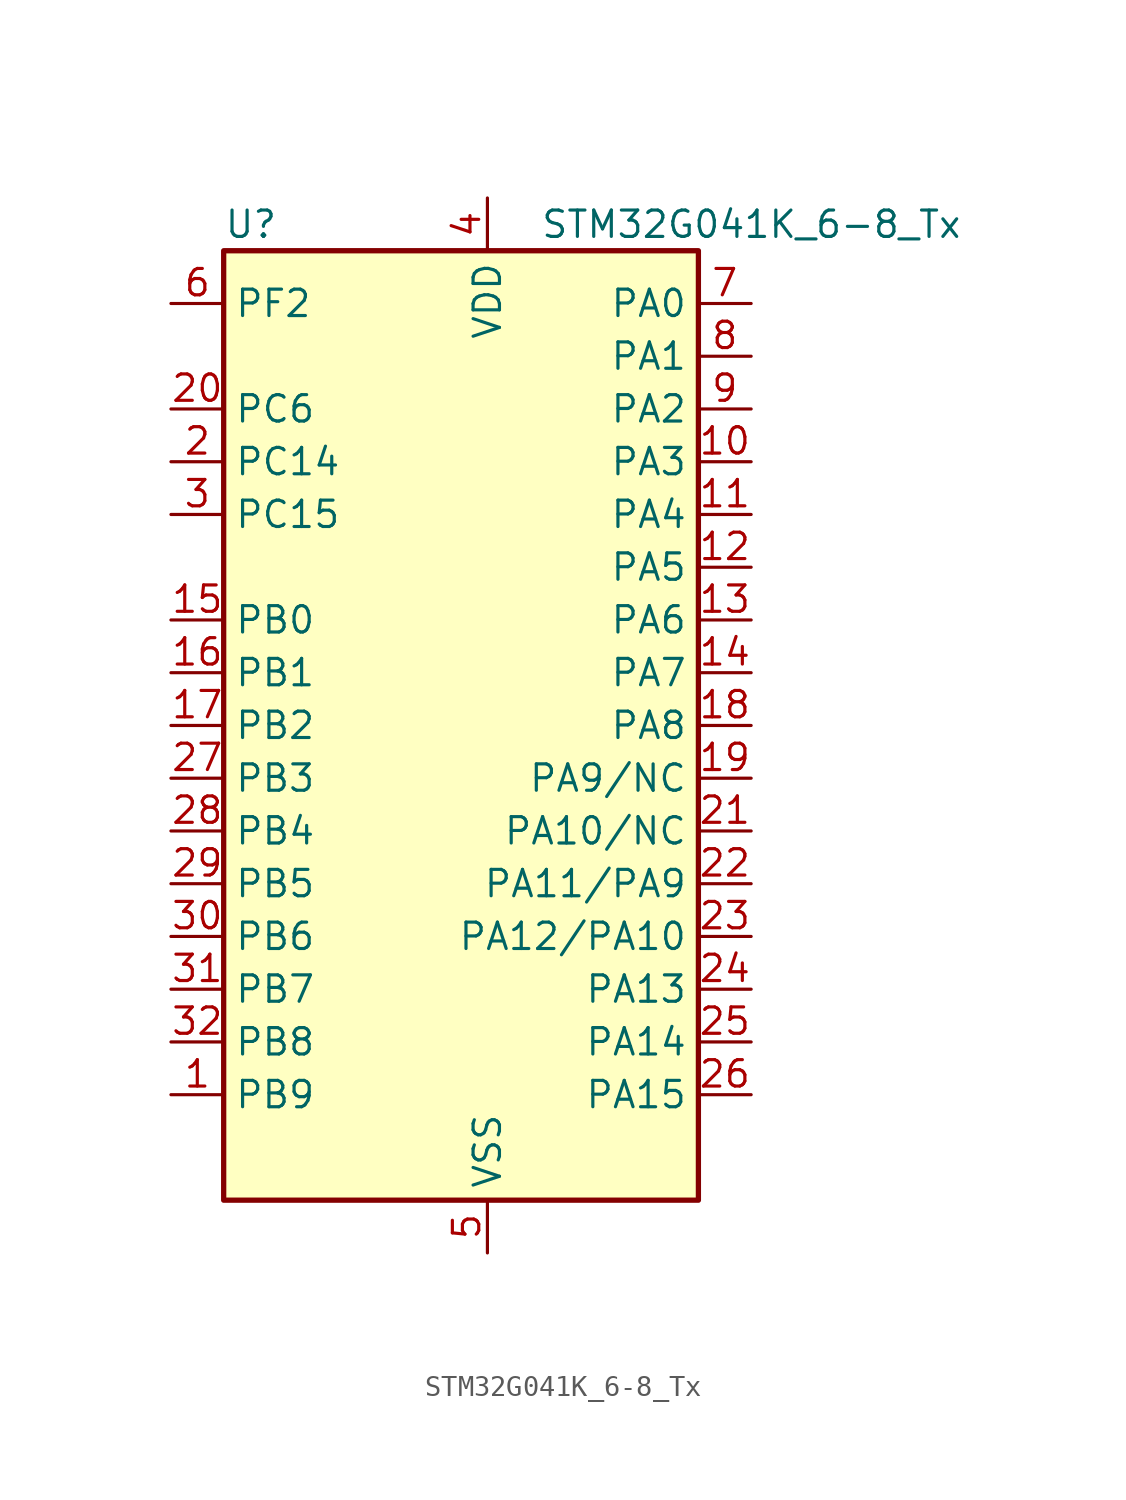
<source format=kicad_sym>
(kicad_symbol_lib
  (version 20211014)
  (generator kicad-library-utils)
  (symbol "STM32G041K_6-8_Tx"
    (property "Reference" "U"
      (at -10.16 24.13 0)
      (effects (font (size 1.27 1.27)) (justify left)))
    (property "Value" "STM32G041K_6-8_Tx"
      (at 5.08 24.13 0)
      (effects (font (size 1.27 1.27)) (justify left)))
    (property "ki_fp_filters" "LQFP*7x7mm*P0.8mm*"
      (at 0.0 0.0 0.0)
      (effects (font (size 1.27 1.27))))
    (symbol "STM32G041K_6-8_Tx_0_1"
      (rectangle (start -10.16 -22.86) (end 12.7 22.86) (stroke (width 0.254)) (fill (type background))))
    (symbol "STM32G041K_6-8_Tx_1_1"
      (pin bidirectional line (at -12.7 20.32 0) (length 2.54) (name "PF2" (effects (font (size 1.27 1.27)))) (number "6" (effects (font (size 1.27 1.27)))) (alternate "RCC_MCO" bidirectional line))
      (pin bidirectional line (at -12.7 15.24 0) (length 2.54) (name "PC6" (effects (font (size 1.27 1.27)))) (number "20" (effects (font (size 1.27 1.27)))) (alternate "TIM2_CH3" bidirectional line) (alternate "TIM3_CH1" bidirectional line))
      (pin bidirectional line (at -12.7 12.7 0) (length 2.54) (name "PC14" (effects (font (size 1.27 1.27)))) (number "2" (effects (font (size 1.27 1.27)))) (alternate "RCC_OSC32_IN" bidirectional line) (alternate "RCC_OSC_IN" bidirectional line) (alternate "TIM1_BK2" bidirectional line))
      (pin bidirectional line (at -12.7 10.16 0) (length 2.54) (name "PC15" (effects (font (size 1.27 1.27)))) (number "3" (effects (font (size 1.27 1.27)))) (alternate "RCC_OSC32_EN" bidirectional line) (alternate "RCC_OSC32_OUT" bidirectional line) (alternate "RCC_OSC_EN" bidirectional line))
      (pin bidirectional line (at -12.7 5.08 0) (length 2.54) (name "PB0" (effects (font (size 1.27 1.27)))) (number "15" (effects (font (size 1.27 1.27)))) (alternate "ADC1_IN8" bidirectional line) (alternate "I2S1_WS" bidirectional line) (alternate "LPTIM1_OUT" bidirectional line) (alternate "SPI1_NSS" bidirectional line) (alternate "TIM1_CH2N" bidirectional line) (alternate "TIM3_CH3" bidirectional line))
      (pin bidirectional line (at -12.7 2.54 0) (length 2.54) (name "PB1" (effects (font (size 1.27 1.27)))) (number "16" (effects (font (size 1.27 1.27)))) (alternate "ADC1_IN9" bidirectional line) (alternate "LPTIM2_IN1" bidirectional line) (alternate "LPUART1_DE" bidirectional line) (alternate "LPUART1_RTS" bidirectional line) (alternate "TIM14_CH1" bidirectional line) (alternate "TIM1_CH3N" bidirectional line) (alternate "TIM3_CH4" bidirectional line))
      (pin bidirectional line (at -12.7 0.0 0) (length 2.54) (name "PB2" (effects (font (size 1.27 1.27)))) (number "17" (effects (font (size 1.27 1.27)))) (alternate "ADC1_IN10" bidirectional line) (alternate "LPTIM1_OUT" bidirectional line) (alternate "SPI2_MISO" bidirectional line))
      (pin bidirectional line (at -12.7 -2.54 0) (length 2.54) (name "PB3" (effects (font (size 1.27 1.27)))) (number "27" (effects (font (size 1.27 1.27)))) (alternate "I2S1_CK" bidirectional line) (alternate "SPI1_SCK" bidirectional line) (alternate "TIM1_CH2" bidirectional line) (alternate "TIM2_CH2" bidirectional line) (alternate "USART1_CK" bidirectional line) (alternate "USART1_DE" bidirectional line) (alternate "USART1_RTS" bidirectional line))
      (pin bidirectional line (at -12.7 -5.08 0) (length 2.54) (name "PB4" (effects (font (size 1.27 1.27)))) (number "28" (effects (font (size 1.27 1.27)))) (alternate "I2S1_MCK" bidirectional line) (alternate "SPI1_MISO" bidirectional line) (alternate "TIM17_BK" bidirectional line) (alternate "TIM3_CH1" bidirectional line) (alternate "USART1_CTS" bidirectional line) (alternate "USART1_NSS" bidirectional line))
      (pin bidirectional line (at -12.7 -7.62 0) (length 2.54) (name "PB5" (effects (font (size 1.27 1.27)))) (number "29" (effects (font (size 1.27 1.27)))) (alternate "I2C1_SMBA" bidirectional line) (alternate "I2S1_SD" bidirectional line) (alternate "LPTIM1_IN1" bidirectional line) (alternate "SPI1_MOSI" bidirectional line) (alternate "SYS_WKUP6" bidirectional line) (alternate "TIM16_BK" bidirectional line) (alternate "TIM3_CH2" bidirectional line))
      (pin bidirectional line (at -12.7 -10.16 0) (length 2.54) (name "PB6" (effects (font (size 1.27 1.27)))) (number "30" (effects (font (size 1.27 1.27)))) (alternate "I2C1_SCL" bidirectional line) (alternate "LPTIM1_ETR" bidirectional line) (alternate "SPI2_MISO" bidirectional line) (alternate "TIM16_CH1N" bidirectional line) (alternate "TIM1_CH3" bidirectional line) (alternate "USART1_TX" bidirectional line))
      (pin bidirectional line (at -12.7 -12.7 0) (length 2.54) (name "PB7" (effects (font (size 1.27 1.27)))) (number "31" (effects (font (size 1.27 1.27)))) (alternate "ADC1_IN11" bidirectional line) (alternate "I2C1_SDA" bidirectional line) (alternate "LPTIM1_IN2" bidirectional line) (alternate "SPI2_MOSI" bidirectional line) (alternate "SYS_PVD_IN" bidirectional line) (alternate "TIM17_CH1N" bidirectional line) (alternate "USART1_RX" bidirectional line))
      (pin bidirectional line (at -12.7 -15.24 0) (length 2.54) (name "PB8" (effects (font (size 1.27 1.27)))) (number "32" (effects (font (size 1.27 1.27)))) (alternate "I2C1_SCL" bidirectional line) (alternate "SPI2_SCK" bidirectional line) (alternate "TIM16_CH1" bidirectional line))
      (pin bidirectional line (at -12.7 -17.78 0) (length 2.54) (name "PB9" (effects (font (size 1.27 1.27)))) (number "1" (effects (font (size 1.27 1.27)))) (alternate "I2C1_SDA" bidirectional line) (alternate "IR_OUT" bidirectional line) (alternate "SPI2_NSS" bidirectional line) (alternate "TIM17_CH1" bidirectional line))
      (pin bidirectional line (at 15.24 20.32 180) (length 2.54) (name "PA0" (effects (font (size 1.27 1.27)))) (number "7" (effects (font (size 1.27 1.27)))) (alternate "ADC1_IN0" bidirectional line) (alternate "LPTIM1_OUT" bidirectional line) (alternate "RTC_TAMP_IN2" bidirectional line) (alternate "SPI2_SCK" bidirectional line) (alternate "SYS_WKUP1" bidirectional line) (alternate "TIM2_CH1" bidirectional line) (alternate "TIM2_ETR" bidirectional line) (alternate "USART2_CTS" bidirectional line) (alternate "USART2_NSS" bidirectional line))
      (pin bidirectional line (at 15.24 17.78 180) (length 2.54) (name "PA1" (effects (font (size 1.27 1.27)))) (number "8" (effects (font (size 1.27 1.27)))) (alternate "ADC1_IN1" bidirectional line) (alternate "I2C1_SMBA" bidirectional line) (alternate "I2S1_CK" bidirectional line) (alternate "SPI1_SCK" bidirectional line) (alternate "TIM2_CH2" bidirectional line) (alternate "USART2_CK" bidirectional line) (alternate "USART2_DE" bidirectional line) (alternate "USART2_RTS" bidirectional line))
      (pin bidirectional line (at 15.24 15.24 180) (length 2.54) (name "PA2" (effects (font (size 1.27 1.27)))) (number "9" (effects (font (size 1.27 1.27)))) (alternate "ADC1_IN2" bidirectional line) (alternate "I2S1_SD" bidirectional line) (alternate "LPUART1_TX" bidirectional line) (alternate "RCC_LSCO" bidirectional line) (alternate "SPI1_MOSI" bidirectional line) (alternate "SYS_WKUP4" bidirectional line) (alternate "TIM2_CH3" bidirectional line) (alternate "USART2_TX" bidirectional line))
      (pin bidirectional line (at 15.24 12.7 180) (length 2.54) (name "PA3" (effects (font (size 1.27 1.27)))) (number "10" (effects (font (size 1.27 1.27)))) (alternate "ADC1_IN3" bidirectional line) (alternate "LPUART1_RX" bidirectional line) (alternate "SPI2_MISO" bidirectional line) (alternate "TIM2_CH4" bidirectional line) (alternate "USART2_RX" bidirectional line))
      (pin bidirectional line (at 15.24 10.16 180) (length 2.54) (name "PA4" (effects (font (size 1.27 1.27)))) (number "11" (effects (font (size 1.27 1.27)))) (alternate "ADC1_IN4" bidirectional line) (alternate "I2S1_WS" bidirectional line) (alternate "LPTIM2_OUT" bidirectional line) (alternate "RTC_OUT_ALARM" bidirectional line) (alternate "RTC_OUT_CALIB" bidirectional line) (alternate "RTC_TAMP_IN1" bidirectional line) (alternate "RTC_TS" bidirectional line) (alternate "SPI1_NSS" bidirectional line) (alternate "SPI2_MOSI" bidirectional line) (alternate "SYS_WKUP2" bidirectional line) (alternate "TIM14_CH1" bidirectional line))
      (pin bidirectional line (at 15.24 7.62 180) (length 2.54) (name "PA5" (effects (font (size 1.27 1.27)))) (number "12" (effects (font (size 1.27 1.27)))) (alternate "ADC1_IN5" bidirectional line) (alternate "I2S1_CK" bidirectional line) (alternate "LPTIM2_ETR" bidirectional line) (alternate "SPI1_SCK" bidirectional line) (alternate "TIM2_CH1" bidirectional line) (alternate "TIM2_ETR" bidirectional line))
      (pin bidirectional line (at 15.24 5.08 180) (length 2.54) (name "PA6" (effects (font (size 1.27 1.27)))) (number "13" (effects (font (size 1.27 1.27)))) (alternate "ADC1_IN6" bidirectional line) (alternate "I2S1_MCK" bidirectional line) (alternate "LPUART1_CTS" bidirectional line) (alternate "SPI1_MISO" bidirectional line) (alternate "TIM16_CH1" bidirectional line) (alternate "TIM1_BK" bidirectional line) (alternate "TIM3_CH1" bidirectional line))
      (pin bidirectional line (at 15.24 2.54 180) (length 2.54) (name "PA7" (effects (font (size 1.27 1.27)))) (number "14" (effects (font (size 1.27 1.27)))) (alternate "ADC1_IN7" bidirectional line) (alternate "I2S1_SD" bidirectional line) (alternate "SPI1_MOSI" bidirectional line) (alternate "TIM14_CH1" bidirectional line) (alternate "TIM17_CH1" bidirectional line) (alternate "TIM1_CH1N" bidirectional line) (alternate "TIM3_CH2" bidirectional line))
      (pin bidirectional line (at 15.24 0.0 180) (length 2.54) (name "PA8" (effects (font (size 1.27 1.27)))) (number "18" (effects (font (size 1.27 1.27)))) (alternate "LPTIM2_OUT" bidirectional line) (alternate "RCC_MCO" bidirectional line) (alternate "SPI2_NSS" bidirectional line) (alternate "TIM1_CH1" bidirectional line))
      (pin bidirectional line (at 15.24 -2.54 180) (length 2.54) (name "PA9/NC" (effects (font (size 1.27 1.27)))) (number "19" (effects (font (size 1.27 1.27)))) (alternate "I2C1_SCL" bidirectional line) (alternate "RCC_MCO" bidirectional line) (alternate "SPI2_MISO" bidirectional line) (alternate "TIM1_CH2" bidirectional line) (alternate "USART1_TX" bidirectional line))
      (pin bidirectional line (at 15.24 -5.08 180) (length 2.54) (name "PA10/NC" (effects (font (size 1.27 1.27)))) (number "21" (effects (font (size 1.27 1.27)))) (alternate "I2C1_SDA" bidirectional line) (alternate "SPI2_MOSI" bidirectional line) (alternate "TIM17_BK" bidirectional line) (alternate "TIM1_CH3" bidirectional line) (alternate "USART1_RX" bidirectional line))
      (pin bidirectional line (at 15.24 -7.62 180) (length 2.54) (name "PA11/PA9" (effects (font (size 1.27 1.27)))) (number "22" (effects (font (size 1.27 1.27)))) (alternate "ADC1_EXTI11" bidirectional line) (alternate "ADC1_IN15" bidirectional line) (alternate "I2C2_SCL" bidirectional line) (alternate "I2S1_MCK" bidirectional line) (alternate "SPI1_MISO" bidirectional line) (alternate "TIM1_BK2" bidirectional line) (alternate "TIM1_CH4" bidirectional line) (alternate "USART1_CTS" bidirectional line) (alternate "USART1_NSS" bidirectional line))
      (pin bidirectional line (at 15.24 -10.16 180) (length 2.54) (name "PA12/PA10" (effects (font (size 1.27 1.27)))) (number "23" (effects (font (size 1.27 1.27)))) (alternate "ADC1_IN16" bidirectional line) (alternate "I2C2_SDA" bidirectional line) (alternate "I2S1_SD" bidirectional line) (alternate "I2S_CKIN" bidirectional line) (alternate "SPI1_MOSI" bidirectional line) (alternate "TIM1_ETR" bidirectional line) (alternate "USART1_CK" bidirectional line) (alternate "USART1_DE" bidirectional line) (alternate "USART1_RTS" bidirectional line))
      (pin bidirectional line (at 15.24 -12.7 180) (length 2.54) (name "PA13" (effects (font (size 1.27 1.27)))) (number "24" (effects (font (size 1.27 1.27)))) (alternate "ADC1_IN17" bidirectional line) (alternate "IR_OUT" bidirectional line) (alternate "SYS_SWDIO" bidirectional line))
      (pin bidirectional line (at 15.24 -15.24 180) (length 2.54) (name "PA14" (effects (font (size 1.27 1.27)))) (number "25" (effects (font (size 1.27 1.27)))) (alternate "ADC1_IN18" bidirectional line) (alternate "SYS_SWCLK" bidirectional line) (alternate "USART2_TX" bidirectional line))
      (pin bidirectional line (at 15.24 -17.78 180) (length 2.54) (name "PA15" (effects (font (size 1.27 1.27)))) (number "26" (effects (font (size 1.27 1.27)))) (alternate "I2S1_WS" bidirectional line) (alternate "SPI1_NSS" bidirectional line) (alternate "TIM2_CH1" bidirectional line) (alternate "TIM2_ETR" bidirectional line) (alternate "USART2_RX" bidirectional line))
      (pin power_in line (at 2.54 25.4 270) (length 2.54) (name "VDD" (effects (font (size 1.27 1.27)))) (number "4" (effects (font (size 1.27 1.27)))))
      (pin power_in line (at 2.54 -25.4 90) (length 2.54) (name "VSS" (effects (font (size 1.27 1.27)))) (number "5" (effects (font (size 1.27 1.27))))))))
</source>
